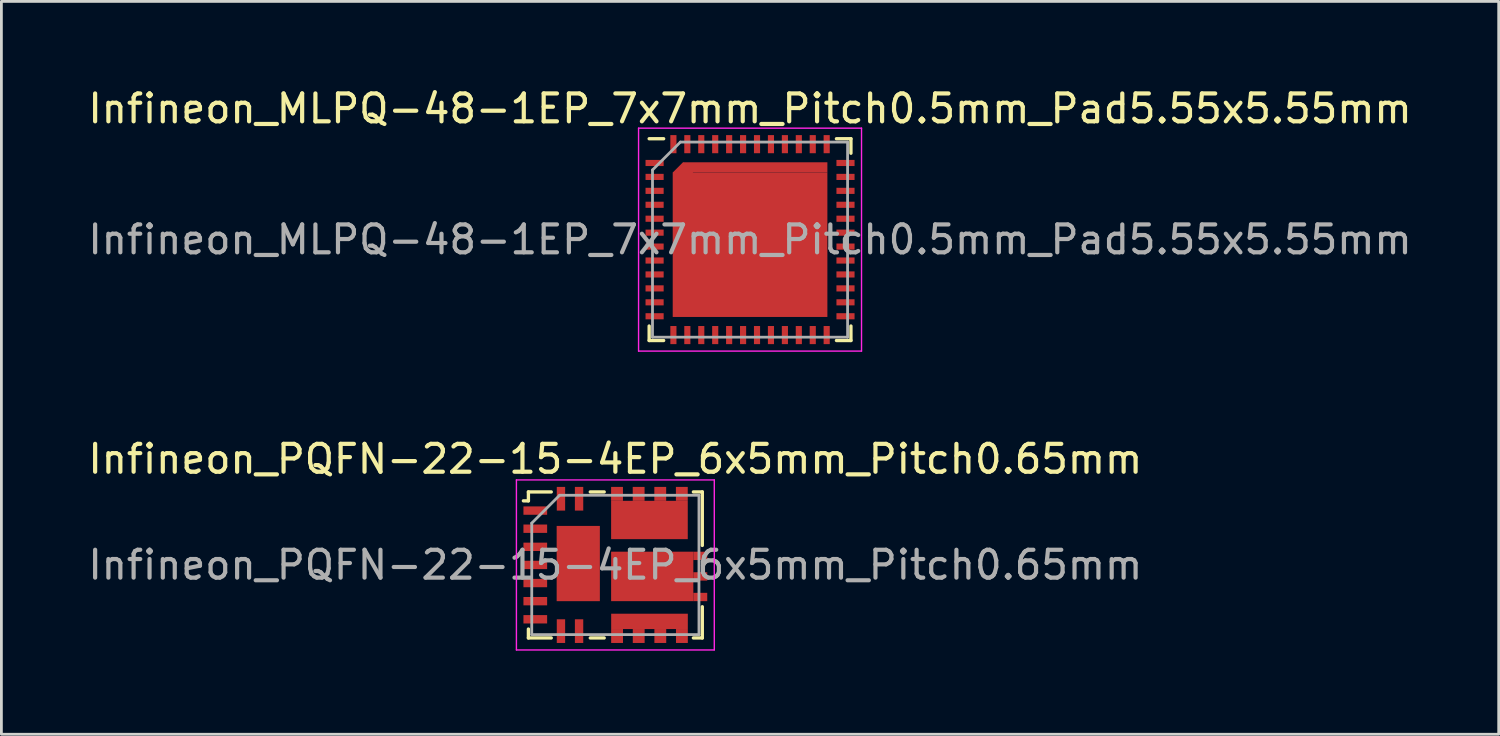
<source format=kicad_pcb>
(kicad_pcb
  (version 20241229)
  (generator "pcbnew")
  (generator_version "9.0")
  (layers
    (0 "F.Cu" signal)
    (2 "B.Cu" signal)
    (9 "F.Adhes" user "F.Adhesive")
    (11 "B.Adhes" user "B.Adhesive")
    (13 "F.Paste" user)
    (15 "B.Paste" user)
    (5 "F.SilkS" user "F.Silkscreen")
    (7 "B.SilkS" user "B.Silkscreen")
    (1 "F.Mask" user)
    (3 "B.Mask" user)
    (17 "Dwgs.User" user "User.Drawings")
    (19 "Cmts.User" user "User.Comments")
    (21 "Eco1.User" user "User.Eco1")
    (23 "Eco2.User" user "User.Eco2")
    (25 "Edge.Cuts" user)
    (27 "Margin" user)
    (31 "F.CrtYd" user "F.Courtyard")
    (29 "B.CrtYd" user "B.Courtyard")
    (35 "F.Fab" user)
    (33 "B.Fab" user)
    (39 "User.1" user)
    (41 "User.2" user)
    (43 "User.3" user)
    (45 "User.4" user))
  (footprint "Infineon_PQFN-22-15-4EP_6x5mm_Pitch0.65mm"
    (layer "F.Cu")
    (at 19.03 17.221)
    (property "Reference" "Infineon_PQFN-22-15-4EP_6x5mm_Pitch0.65mm" (at 0 -3.8 0) (layer "F.SilkS") (effects (font (size 1 1) (thickness 0.15))))
    (attr smd)
    (fp_line (start -3.12 -2.3) (end -3.3 -2.3) (stroke (width 0.12) (type solid)) (layer "F.SilkS"))
    (fp_line (start -3.12 -2.3) (end -3.12 -2.62) (stroke (width 0.12) (type solid)) (layer "F.SilkS"))
    (fp_line (start -3.12 2.62) (end -3.12 2.3) (stroke (width 0.12) (type solid)) (layer "F.SilkS"))
    (fp_line (start -2.3 -2.62) (end -3.12 -2.62) (stroke (width 0.12) (type solid)) (layer "F.SilkS"))
    (fp_line (start -2.3 2.62) (end -3.12 2.62) (stroke (width 0.12) (type solid)) (layer "F.SilkS"))
    (fp_line (start -0.9 -2.62) (end -0.4 -2.62) (stroke (width 0.12) (type solid)) (layer "F.SilkS"))
    (fp_line (start -0.9 2.62) (end -0.4 2.62) (stroke (width 0.12) (type solid)) (layer "F.SilkS"))
    (fp_line (start 3.12 -2.62) (end 2.8 -2.62) (stroke (width 0.12) (type solid)) (layer "F.SilkS"))
    (fp_line (start 3.12 -2.62) (end 3.12 -0.7) (stroke (width 0.12) (type solid)) (layer "F.SilkS"))
    (fp_line (start 3.12 1.5) (end 3.12 2.62) (stroke (width 0.12) (type solid)) (layer "F.SilkS"))
    (fp_line (start 3.12 2.62) (end 2.8 2.62) (stroke (width 0.12) (type solid)) (layer "F.SilkS"))
    (fp_line (start -3.55 -3.05) (end -3.55 3.05) (stroke (width 0.05) (type solid)) (layer "F.CrtYd"))
    (fp_line (start -3.55 3.05) (end 3.55 3.05) (stroke (width 0.05) (type solid)) (layer "F.CrtYd"))
    (fp_line (start 3.55 -3.05) (end -3.55 -3.05) (stroke (width 0.05) (type solid)) (layer "F.CrtYd"))
    (fp_line (start 3.55 3.05) (end 3.55 -3.05) (stroke (width 0.05) (type solid)) (layer "F.CrtYd"))
    (fp_line (start -3 2.5) (end -3 -1.5) (stroke (width 0.1) (type solid)) (layer "F.Fab"))
    (fp_line (start -2 -2.5) (end -3 -1.5) (stroke (width 0.1) (type solid)) (layer "F.Fab"))
    (fp_line (start -2 -2.5) (end 3 -2.5) (stroke (width 0.1) (type solid)) (layer "F.Fab"))
    (fp_line (start 3 -2.5) (end 3 2.5) (stroke (width 0.1) (type solid)) (layer "F.Fab"))
    (fp_line (start 3 2.5) (end -3 2.5) (stroke (width 0.1) (type solid)) (layer "F.Fab"))
    (fp_text user "${REFERENCE}" (at 0 0 0) (layer "F.Fab") (effects (font (size 1 1) (thickness 0.15))))
    (pad "" smd rect (at -2.873 -1.95) (size 0.8 0.27) (layers "F.Paste"))
    (pad "" smd rect (at -2.873 -1.3) (size 0.8 0.27) (layers "F.Paste"))
    (pad "" smd rect (at -2.873 -0.65) (size 0.8 0.27) (layers "F.Paste"))
    (pad "" smd rect (at -2.873 0) (size 0.8 0.27) (layers "F.Paste"))
    (pad "" smd rect (at -2.873 0.65) (size 0.8 0.27) (layers "F.Paste"))
    (pad "" smd rect (at -2.873 1.3) (size 0.8 0.27) (layers "F.Paste"))
    (pad "" smd rect (at -2.873 1.95) (size 0.8 0.27) (layers "F.Paste"))
    (pad "" smd rect (at -1.952 -2.37) (size 0.27 0.8) (layers "F.Paste"))
    (pad "" smd rect (at -1.952 2.37) (size 0.27 0.8) (layers "F.Paste"))
    (pad "" smd rect (at -1.752 -0.795) (size 0.7 1.22) (layers "F.Paste"))
    (pad "" smd rect (at -1.752 0.695) (size 0.7 1.22) (layers "F.Paste"))
    (pad "" smd rect (at -1.302 -2.37) (size 0.27 0.8) (layers "F.Paste"))
    (pad "" smd rect (at -1.302 2.37) (size 0.27 0.8) (layers "F.Paste"))
    (pad "" smd rect (at -0.902 -0.795) (size 0.7 1.22) (layers "F.Paste"))
    (pad "" smd rect (at -0.902 0.695) (size 0.7 1.22) (layers "F.Paste"))
    (pad "" smd rect (at 0.06 -2.4) (size 0.425 0.625) (layers "F.Paste"))
    (pad "" smd rect (at 0.062 2.22) (size 0.425 0.95) (layers "F.Paste"))
    (pad "" smd rect (at 0.468 0.412) (size 1.24 1.78) (layers "F.Paste"))
    (pad "" smd rect (at 0.527 -1.45) (size 1.25 0.96) (layers "F.Paste"))
    (pad "" smd rect (at 0.836 -2.4) (size 0.425 0.625) (layers "F.Paste"))
    (pad "" smd rect (at 0.838 2.22) (size 0.425 0.95) (layers "F.Paste"))
    (pad "" smd rect (at 1.611 -2.4) (size 0.425 0.625) (layers "F.Paste"))
    (pad "" smd rect (at 1.613 2.22) (size 0.425 0.95) (layers "F.Paste"))
    (pad "" smd rect (at 1.847 0.412) (size 1.24 1.78) (layers "F.Paste"))
    (pad "" smd rect (at 1.927 -1.45) (size 1.25 0.96) (layers "F.Paste"))
    (pad "" smd rect (at 2.385 -2.4) (size 0.425 0.625) (layers "F.Paste"))
    (pad "" smd rect (at 2.388 2.22) (size 0.425 0.95) (layers "F.Paste"))
    (pad "" smd rect (at 2.908 -0.328) (size 0.625 0.29) (layers "F.Paste"))
    (pad "" smd rect (at 2.908 0.412) (size 0.625 0.29) (layers "F.Paste"))
    (pad "" smd rect (at 2.908 1.153) (size 0.625 0.29) (layers "F.Paste"))
    (pad "1" smd rect (at -2.873 -1.95) (size 0.85 0.3) (layers "F.Cu" "F.Mask"))
    (pad "2" smd rect (at -2.873 -1.3) (size 0.85 0.3) (layers "F.Cu" "F.Mask"))
    (pad "3" smd rect (at -2.873 -0.65) (size 0.85 0.3) (layers "F.Cu" "F.Mask"))
    (pad "4" smd rect (at -2.873 0) (size 0.85 0.3) (layers "F.Cu" "F.Mask"))
    (pad "5" smd rect (at -2.873 0.65) (size 0.85 0.3) (layers "F.Cu" "F.Mask"))
    (pad "6" smd rect (at -2.873 1.3) (size 0.85 0.3) (layers "F.Cu" "F.Mask"))
    (pad "7" smd rect (at -2.873 1.95) (size 0.85 0.3) (layers "F.Cu" "F.Mask"))
    (pad "8" smd rect (at -1.952 2.375) (size 0.3 0.85) (layers "F.Cu" "F.Mask"))
    (pad "9" smd rect (at -1.302 2.375) (size 0.3 0.85) (layers "F.Cu" "F.Mask"))
    (pad "10" smd rect (at 0.062 2.55) (size 0.425 0.5) (layers "F.Cu" "F.Mask"))
    (pad "10" smd rect (at 0.838 2.55) (size 0.425 0.5) (layers "F.Cu" "F.Mask"))
    (pad "10" smd rect (at 1.225 2.025) (size 2.75 0.55) (layers "F.Cu" "F.Mask"))
    (pad "10" smd rect (at 1.613 2.55) (size 0.425 0.5) (layers "F.Cu" "F.Mask"))
    (pad "10" smd rect (at 2.388 2.55) (size 0.425 0.5) (layers "F.Cu" "F.Mask"))
    (pad "11" smd rect (at 1.323 0.412) (size 2.95 1.775) (layers "F.Cu" "F.Mask"))
    (pad "11" smd rect (at 3.047 -0.325) (size 0.5 0.299) (layers "F.Cu" "F.Mask"))
    (pad "11" smd rect (at 3.047 0.412) (size 0.5 0.3) (layers "F.Cu" "F.Mask"))
    (pad "11" smd rect (at 3.047 1.15) (size 0.5 0.299) (layers "F.Cu" "F.Mask"))
    (pad "12" smd rect (at 0.06 -2.55) (size 0.425 0.5) (layers "F.Cu" "F.Mask"))
    (pad "12" smd rect (at 0.836 -2.55) (size 0.425 0.5) (layers "F.Cu" "F.Mask"))
    (pad "12" smd rect (at 1.223 -1.613) (size 2.75 1.375) (layers "F.Cu" "F.Mask"))
    (pad "12" smd rect (at 1.611 -2.55) (size 0.425 0.5) (layers "F.Cu" "F.Mask"))
    (pad "12" smd rect (at 2.385 -2.55) (size 0.425 0.5) (layers "F.Cu" "F.Mask"))
    (pad "13" smd rect (at -1.302 -2.375) (size 0.3 0.85) (layers "F.Cu" "F.Mask"))
    (pad "14" smd rect (at -1.952 -2.375) (size 0.3 0.85) (layers "F.Cu" "F.Mask"))
    (pad "15" smd rect (at -1.331 -0.05) (size 1.55 2.7) (layers "F.Cu" "F.Mask")))
  (footprint "Infineon_MLPQ-48-1EP_7x7mm_Pitch0.5mm_Pad5.55x5.55mm"
    (layer "F.Cu")
    (at 23.863 5.548)
    (property "Reference" "Infineon_MLPQ-48-1EP_7x7mm_Pitch0.5mm_Pad5.55x5.55mm" (at 0 -4.7 0) (layer "F.SilkS") (effects (font (size 1 1) (thickness 0.15))))
    (attr smd)
    (fp_line (start -3.62 -3.62) (end -3.1 -3.62) (stroke (width 0.12) (type solid)) (layer "F.SilkS"))
    (fp_line (start -3.62 3.62) (end -3.62 3.1) (stroke (width 0.12) (type solid)) (layer "F.SilkS"))
    (fp_line (start -3.1 3.62) (end -3.62 3.62) (stroke (width 0.12) (type solid)) (layer "F.SilkS"))
    (fp_line (start 3.1 -3.62) (end 3.62 -3.62) (stroke (width 0.12) (type solid)) (layer "F.SilkS"))
    (fp_line (start 3.1 3.62) (end 3.62 3.62) (stroke (width 0.12) (type solid)) (layer "F.SilkS"))
    (fp_line (start 3.62 -3.1) (end 3.62 -3.62) (stroke (width 0.12) (type solid)) (layer "F.SilkS"))
    (fp_line (start 3.62 3.62) (end 3.62 3.1) (stroke (width 0.12) (type solid)) (layer "F.SilkS"))
    (fp_line (start -4 -4) (end -4 4) (stroke (width 0.05) (type solid)) (layer "F.CrtYd"))
    (fp_line (start -4 4) (end 4 4) (stroke (width 0.05) (type solid)) (layer "F.CrtYd"))
    (fp_line (start 4 -4) (end -4 -4) (stroke (width 0.05) (type solid)) (layer "F.CrtYd"))
    (fp_line (start 4 4) (end 4 -4) (stroke (width 0.05) (type solid)) (layer "F.CrtYd"))
    (fp_line (start -3.5 3.5) (end -3.5 -2.5) (stroke (width 0.1) (type solid)) (layer "F.Fab"))
    (fp_line (start -2.5 -3.5) (end -3.5 -2.5) (stroke (width 0.1) (type solid)) (layer "F.Fab"))
    (fp_line (start 3.5 -3.5) (end -2.5 -3.5) (stroke (width 0.1) (type solid)) (layer "F.Fab"))
    (fp_line (start 3.5 -3.5) (end 3.5 3.5) (stroke (width 0.1) (type solid)) (layer "F.Fab"))
    (fp_line (start 3.5 3.5) (end -3.5 3.5) (stroke (width 0.1) (type solid)) (layer "F.Fab"))
    (fp_text user "${REFERENCE}" (at 0 0 0) (layer "F.Fab") (effects (font (size 1 1) (thickness 0.15))))
    (pad "" smd rect (at -3.425 -2.75) (size 0.55 0.22) (layers "F.Paste"))
    (pad "" smd rect (at -3.425 -2.25) (size 0.55 0.22) (layers "F.Paste"))
    (pad "" smd rect (at -3.425 -1.75) (size 0.55 0.22) (layers "F.Paste"))
    (pad "" smd rect (at -3.425 -1.25) (size 0.55 0.22) (layers "F.Paste"))
    (pad "" smd rect (at -3.425 -0.75) (size 0.55 0.22) (layers "F.Paste"))
    (pad "" smd rect (at -3.425 -0.25) (size 0.55 0.22) (layers "F.Paste"))
    (pad "" smd rect (at -3.425 0.25) (size 0.55 0.22) (layers "F.Paste"))
    (pad "" smd rect (at -3.425 0.75) (size 0.55 0.22) (layers "F.Paste"))
    (pad "" smd rect (at -3.425 1.25) (size 0.55 0.22) (layers "F.Paste"))
    (pad "" smd rect (at -3.425 1.75) (size 0.55 0.22) (layers "F.Paste"))
    (pad "" smd rect (at -3.425 2.25) (size 0.55 0.22) (layers "F.Paste"))
    (pad "" smd rect (at -3.425 2.75) (size 0.55 0.22) (layers "F.Paste"))
    (pad "" smd rect (at -2.75 -3.425) (size 0.22 0.55) (layers "F.Paste"))
    (pad "" smd rect (at -2.75 3.425) (size 0.22 0.55) (layers "F.Paste"))
    (pad "" smd rect (at -2.386 -2.386 45) (size 0.479 0.479) (layers "F.Paste"))
    (pad "" smd rect (at -2.25 -3.425) (size 0.22 0.55) (layers "F.Paste"))
    (pad "" smd rect (at -2.25 3.425) (size 0.22 0.55) (layers "F.Paste"))
    (pad "" smd rect (at -2.175 -2.006) (size 1.1 0.761) (layers "F.Paste"))
    (pad "" smd rect (at -2.175 -0.725) (size 1.1 1.1) (layers "F.Paste"))
    (pad "" smd rect (at -2.175 0.725) (size 1.1 1.1) (layers "F.Paste"))
    (pad "" smd rect (at -2.175 2.175) (size 1.1 1.1) (layers "F.Paste"))
    (pad "" smd rect (at -2.006 -2.555) (size 0.761 0.339) (layers "F.Paste"))
    (pad "" smd rect (at -1.75 -3.425) (size 0.22 0.55) (layers "F.Paste"))
    (pad "" smd rect (at -1.75 3.425) (size 0.22 0.55) (layers "F.Paste"))
    (pad "" smd rect (at -1.25 -3.425) (size 0.22 0.55) (layers "F.Paste"))
    (pad "" smd rect (at -1.25 3.425) (size 0.22 0.55) (layers "F.Paste"))
    (pad "" smd rect (at -0.75 -3.425) (size 0.22 0.55) (layers "F.Paste"))
    (pad "" smd rect (at -0.75 3.425) (size 0.22 0.55) (layers "F.Paste"))
    (pad "" smd rect (at -0.725 -2.175) (size 1.1 1.1) (layers "F.Paste"))
    (pad "" smd rect (at -0.725 -0.725) (size 1.1 1.1) (layers "F.Paste"))
    (pad "" smd rect (at -0.725 0.725) (size 1.1 1.1) (layers "F.Paste"))
    (pad "" smd rect (at -0.725 2.175) (size 1.1 1.1) (layers "F.Paste"))
    (pad "" smd rect (at -0.25 -3.425) (size 0.22 0.55) (layers "F.Paste"))
    (pad "" smd rect (at -0.25 3.425) (size 0.22 0.55) (layers "F.Paste"))
    (pad "" smd rect (at 0.25 -3.425) (size 0.22 0.55) (layers "F.Paste"))
    (pad "" smd rect (at 0.25 3.425) (size 0.22 0.55) (layers "F.Paste"))
    (pad "" smd rect (at 0.725 -2.175) (size 1.1 1.1) (layers "F.Paste"))
    (pad "" smd rect (at 0.725 -0.725) (size 1.1 1.1) (layers "F.Paste"))
    (pad "" smd rect (at 0.725 0.725) (size 1.1 1.1) (layers "F.Paste"))
    (pad "" smd rect (at 0.725 2.175) (size 1.1 1.1) (layers "F.Paste"))
    (pad "" smd rect (at 0.75 -3.425) (size 0.22 0.55) (layers "F.Paste"))
    (pad "" smd rect (at 0.75 3.425) (size 0.22 0.55) (layers "F.Paste"))
    (pad "" smd rect (at 1.25 -3.425) (size 0.22 0.55) (layers "F.Paste"))
    (pad "" smd rect (at 1.25 3.425) (size 0.22 0.55) (layers "F.Paste"))
    (pad "" smd rect (at 1.75 -3.425) (size 0.22 0.55) (layers "F.Paste"))
    (pad "" smd rect (at 1.75 3.425) (size 0.22 0.55) (layers "F.Paste"))
    (pad "" smd rect (at 2.175 -2.175) (size 1.1 1.1) (layers "F.Paste"))
    (pad "" smd rect (at 2.175 -0.725) (size 1.1 1.1) (layers "F.Paste"))
    (pad "" smd rect (at 2.175 0.725) (size 1.1 1.1) (layers "F.Paste"))
    (pad "" smd rect (at 2.175 2.175) (size 1.1 1.1) (layers "F.Paste"))
    (pad "" smd rect (at 2.25 -3.425) (size 0.22 0.55) (layers "F.Paste"))
    (pad "" smd rect (at 2.25 3.425) (size 0.22 0.55) (layers "F.Paste"))
    (pad "" smd rect (at 2.75 -3.425) (size 0.22 0.55) (layers "F.Paste"))
    (pad "" smd rect (at 2.75 3.425) (size 0.22 0.55) (layers "F.Paste"))
    (pad "" smd rect (at 3.425 -2.75) (size 0.55 0.22) (layers "F.Paste"))
    (pad "" smd rect (at 3.425 -2.25) (size 0.55 0.22) (layers "F.Paste"))
    (pad "" smd rect (at 3.425 -1.75) (size 0.55 0.22) (layers "F.Paste"))
    (pad "" smd rect (at 3.425 -1.25) (size 0.55 0.22) (layers "F.Paste"))
    (pad "" smd rect (at 3.425 -0.75) (size 0.55 0.22) (layers "F.Paste"))
    (pad "" smd rect (at 3.425 -0.25) (size 0.55 0.22) (layers "F.Paste"))
    (pad "" smd rect (at 3.425 0.25) (size 0.55 0.22) (layers "F.Paste"))
    (pad "" smd rect (at 3.425 0.75) (size 0.55 0.22) (layers "F.Paste"))
    (pad "" smd rect (at 3.425 1.25) (size 0.55 0.22) (layers "F.Paste"))
    (pad "" smd rect (at 3.425 1.75) (size 0.55 0.22) (layers "F.Paste"))
    (pad "" smd rect (at 3.425 2.25) (size 0.55 0.22) (layers "F.Paste"))
    (pad "" smd rect (at 3.425 2.75) (size 0.55 0.22) (layers "F.Paste"))
    (pad "1" smd rect (at -3.425 -2.75) (size 0.65 0.22) (layers "F.Cu" "F.Mask"))
    (pad "2" smd rect (at -3.425 -2.25) (size 0.65 0.22) (layers "F.Cu" "F.Mask"))
    (pad "3" smd rect (at -3.425 -1.75) (size 0.65 0.22) (layers "F.Cu" "F.Mask"))
    (pad "4" smd rect (at -3.425 -1.25) (size 0.65 0.22) (layers "F.Cu" "F.Mask"))
    (pad "5" smd rect (at -3.425 -0.75) (size 0.65 0.22) (layers "F.Cu" "F.Mask"))
    (pad "6" smd rect (at -3.425 -0.25) (size 0.65 0.22) (layers "F.Cu" "F.Mask"))
    (pad "7" smd rect (at -3.425 0.25) (size 0.65 0.22) (layers "F.Cu" "F.Mask"))
    (pad "8" smd rect (at -3.425 0.75) (size 0.65 0.22) (layers "F.Cu" "F.Mask"))
    (pad "9" smd rect (at -3.425 1.25) (size 0.65 0.22) (layers "F.Cu" "F.Mask"))
    (pad "10" smd rect (at -3.425 1.75) (size 0.65 0.22) (layers "F.Cu" "F.Mask"))
    (pad "11" smd rect (at -3.425 2.25) (size 0.65 0.22) (layers "F.Cu" "F.Mask"))
    (pad "12" smd rect (at -3.425 2.75) (size 0.65 0.22) (layers "F.Cu" "F.Mask"))
    (pad "13" smd rect (at -2.75 3.425) (size 0.22 0.65) (layers "F.Cu" "F.Mask"))
    (pad "14" smd rect (at -2.25 3.425) (size 0.22 0.65) (layers "F.Cu" "F.Mask"))
    (pad "15" smd rect (at -1.75 3.425) (size 0.22 0.65) (layers "F.Cu" "F.Mask"))
    (pad "16" smd rect (at -1.25 3.425) (size 0.22 0.65) (layers "F.Cu" "F.Mask"))
    (pad "17" smd rect (at -0.75 3.425) (size 0.22 0.65) (layers "F.Cu" "F.Mask"))
    (pad "18" smd rect (at -0.25 3.425) (size 0.22 0.65) (layers "F.Cu" "F.Mask"))
    (pad "19" smd rect (at 0.25 3.425) (size 0.22 0.65) (layers "F.Cu" "F.Mask"))
    (pad "20" smd rect (at 0.75 3.425) (size 0.22 0.65) (layers "F.Cu" "F.Mask"))
    (pad "21" smd rect (at 1.25 3.425) (size 0.22 0.65) (layers "F.Cu" "F.Mask"))
    (pad "22" smd rect (at 1.75 3.425) (size 0.22 0.65) (layers "F.Cu" "F.Mask"))
    (pad "23" smd rect (at 2.25 3.425) (size 0.22 0.65) (layers "F.Cu" "F.Mask"))
    (pad "24" smd rect (at 2.75 3.425) (size 0.22 0.65) (layers "F.Cu" "F.Mask"))
    (pad "25" smd rect (at 3.425 2.75) (size 0.65 0.22) (layers "F.Cu" "F.Mask"))
    (pad "26" smd rect (at 3.425 2.25) (size 0.65 0.22) (layers "F.Cu" "F.Mask"))
    (pad "27" smd rect (at 3.425 1.75) (size 0.65 0.22) (layers "F.Cu" "F.Mask"))
    (pad "28" smd rect (at 3.425 1.25) (size 0.65 0.22) (layers "F.Cu" "F.Mask"))
    (pad "29" smd rect (at 3.425 0.75) (size 0.65 0.22) (layers "F.Cu" "F.Mask"))
    (pad "30" smd rect (at 3.425 0.25) (size 0.65 0.22) (layers "F.Cu" "F.Mask"))
    (pad "31" smd rect (at 3.425 -0.25) (size 0.65 0.22) (layers "F.Cu" "F.Mask"))
    (pad "32" smd rect (at 3.425 -0.75) (size 0.65 0.22) (layers "F.Cu" "F.Mask"))
    (pad "33" smd rect (at 3.425 -1.25) (size 0.65 0.22) (layers "F.Cu" "F.Mask"))
    (pad "34" smd rect (at 3.425 -1.75) (size 0.65 0.22) (layers "F.Cu" "F.Mask"))
    (pad "35" smd rect (at 3.425 -2.25) (size 0.65 0.22) (layers "F.Cu" "F.Mask"))
    (pad "36" smd rect (at 3.425 -2.75) (size 0.65 0.22) (layers "F.Cu" "F.Mask"))
    (pad "37" smd rect (at 2.75 -3.425) (size 0.22 0.65) (layers "F.Cu" "F.Mask"))
    (pad "38" smd rect (at 2.25 -3.425) (size 0.22 0.65) (layers "F.Cu" "F.Mask"))
    (pad "39" smd rect (at 1.75 -3.425) (size 0.22 0.65) (layers "F.Cu" "F.Mask"))
    (pad "40" smd rect (at 1.25 -3.425) (size 0.22 0.65) (layers "F.Cu" "F.Mask"))
    (pad "41" smd rect (at 0.75 -3.425) (size 0.22 0.65) (layers "F.Cu" "F.Mask"))
    (pad "42" smd rect (at 0.25 -3.425) (size 0.22 0.65) (layers "F.Cu" "F.Mask"))
    (pad "43" smd rect (at -0.25 -3.425) (size 0.22 0.65) (layers "F.Cu" "F.Mask"))
    (pad "44" smd rect (at -0.75 -3.425) (size 0.22 0.65) (layers "F.Cu" "F.Mask"))
    (pad "45" smd rect (at -1.25 -3.425) (size 0.22 0.65) (layers "F.Cu" "F.Mask"))
    (pad "46" smd rect (at -1.75 -3.425) (size 0.22 0.65) (layers "F.Cu" "F.Mask"))
    (pad "47" smd rect (at -2.25 -3.425) (size 0.22 0.65) (layers "F.Cu" "F.Mask"))
    (pad "48" smd rect (at -2.75 -3.425) (size 0.22 0.65) (layers "F.Cu" "F.Mask"))
    (pad "49" smd rect (at -2.407 -2.407 45) (size 0.52 0.52) (layers "F.Cu" "F.Mask"))
    (pad "49" smd rect (at 0 0.184) (size 5.55 5.182) (layers "F.Cu" "F.Mask"))
    (pad "49" smd rect (at 0.184 -2.591) (size 5.182 0.368) (layers "F.Cu" "F.Mask")))
  (gr_rect
    (start -3 -3)
    (end 50.726 23.297)
    (stroke (width 0.1) (type default))
    (fill no)
    (layer "Edge.Cuts")))
</source>
